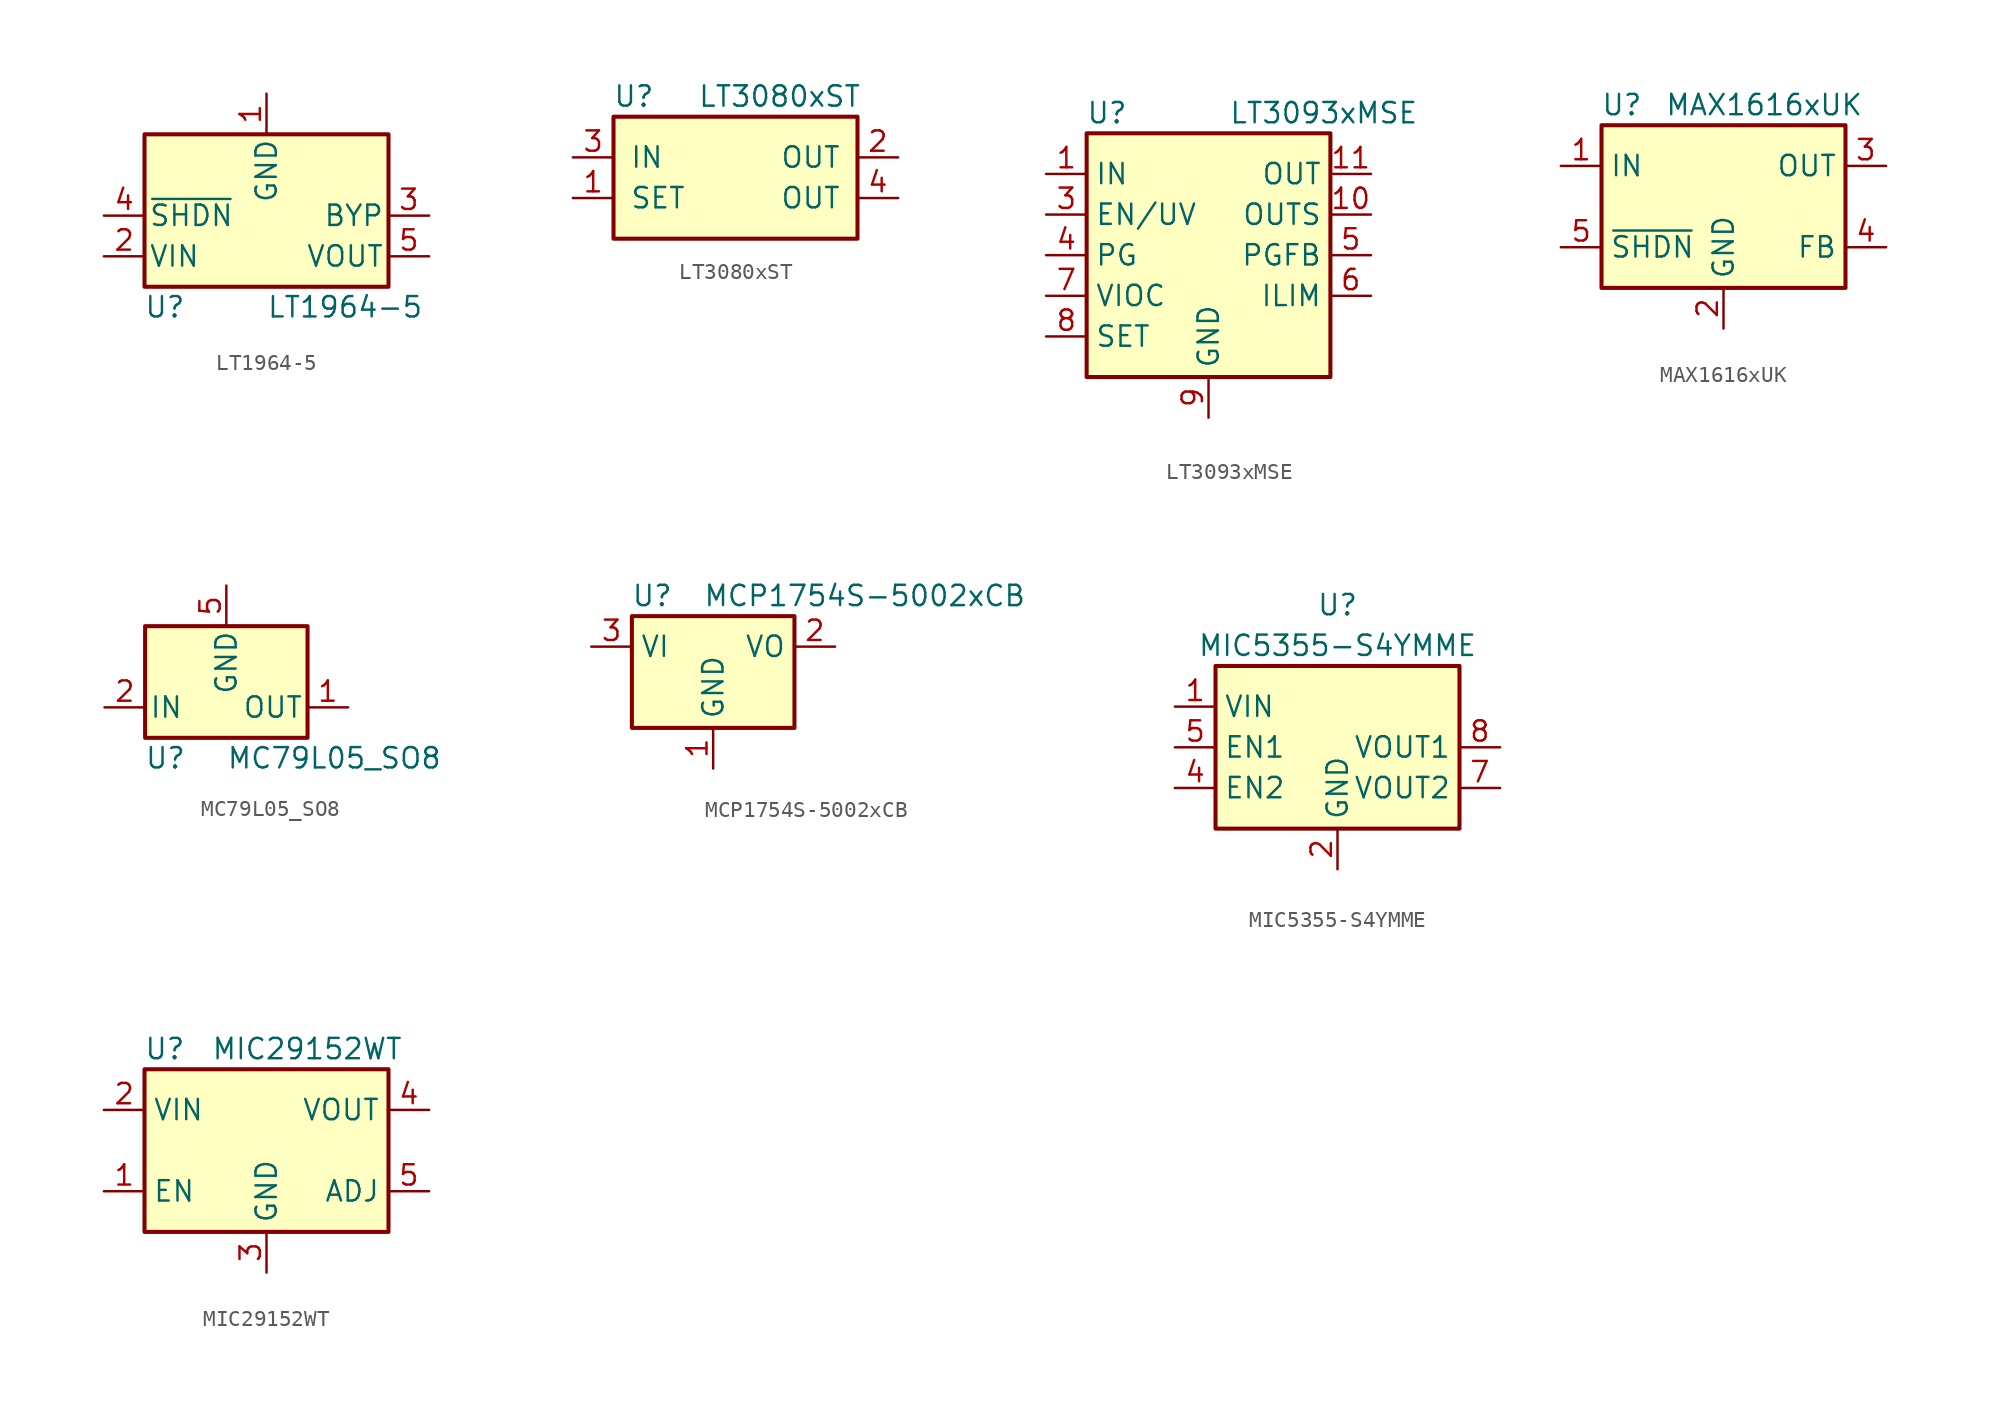
<source format=kicad_sym>
(kicad_symbol_lib
  (version 20220914)
  (generator kicad_symbol_editor)
  (symbol "LT1964-5"
    (pin_names
      (offset 0.254))
    (property "Reference" "U"
      (at -6.35 -5.715 0)
      (effects (font (size 1.27 1.27))))
    (property "Value" "LT1964-5"
      (at 0 -5.715 0)
      (effects (font (size 1.27 1.27)) (justify left)))
    (symbol "LT1964-5_0_1"
      (rectangle (start -7.62 5.08) (end 7.62 -4.445) (stroke (width 0.254) (type solid)) (fill (type background))))
    (symbol "LT1964-5_1_1"
      (pin power_in line (at 0 7.62 270) (length 2.54) (name "GND" (effects (font (size 1.27 1.27)))) (number "1" (effects (font (size 1.27 1.27)))))
      (pin power_in line (at -10.16 -2.54 0) (length 2.54) (name "VIN" (effects (font (size 1.27 1.27)))) (number "2" (effects (font (size 1.27 1.27)))))
      (pin passive line (at 10.16 0 180) (length 2.54) (name "BYP" (effects (font (size 1.27 1.27)))) (number "3" (effects (font (size 1.27 1.27)))))
      (pin input line (at -10.16 0 0) (length 2.54) (name "~{SHDN}" (effects (font (size 1.27 1.27)))) (number "4" (effects (font (size 1.27 1.27)))))
      (pin power_out line (at 10.16 -2.54 180) (length 2.54) (name "VOUT" (effects (font (size 1.27 1.27)))) (number "5" (effects (font (size 1.27 1.27)))))))
  (symbol "LT3080xST"
    (pin_names
      (offset 1.016))
    (property "Reference" "U"
      (at -6.35 3.81 0)
      (effects (font (size 1.27 1.27))))
    (property "Value" "LT3080xST"
      (at 7.874 3.81 0)
      (effects (font (size 1.27 1.27)) (justify right)))
    (symbol "LT3080xST_0_1"
      (rectangle (start -7.62 2.54) (end 7.62 -5.08) (stroke (width 0.254) (type solid)) (fill (type background))))
    (symbol "LT3080xST_1_1"
      (pin input line (at -10.16 -2.54 0) (length 2.54) (name "SET" (effects (font (size 1.27 1.27)))) (number "1" (effects (font (size 1.27 1.27)))))
      (pin power_out line (at 10.16 0 180) (length 2.54) (name "OUT" (effects (font (size 1.27 1.27)))) (number "2" (effects (font (size 1.27 1.27)))))
      (pin power_in line (at -10.16 0 0) (length 2.54) (name "IN" (effects (font (size 1.27 1.27)))) (number "3" (effects (font (size 1.27 1.27)))))
      (pin power_out line (at 10.16 -2.54 180) (length 2.54) (name "OUT" (effects (font (size 1.27 1.27)))) (number "4" (effects (font (size 1.27 1.27)))))))
  (symbol "LT3093xMSE"
    (property "Reference" "U"
      (at -6.35 8.89 0)
      (effects (font (size 1.27 1.27))))
    (property "Value" "LT3093xMSE"
      (at 1.27 8.89 0)
      (effects (font (size 1.27 1.27)) (justify left)))
    (symbol "LT3093xMSE_0_0"
      (pin passive line (at 10.16 5.08 180) (length 2.54) hide (name "OUT" (effects (font (size 1.27 1.27)))) (number "12" (effects (font (size 1.27 1.27)))))
      (pin passive line (at -10.16 5.08 0) (length 2.54) hide (name "IN" (effects (font (size 1.27 1.27)))) (number "13" (effects (font (size 1.27 1.27))))))
    (symbol "LT3093xMSE_0_1"
      (rectangle (start 7.62 7.62) (end -7.62 -7.62) (stroke (width 0.254) (type solid)) (fill (type background))))
    (symbol "LT3093xMSE_1_1"
      (pin power_in line (at -10.16 5.08 0) (length 2.54) (name "IN" (effects (font (size 1.27 1.27)))) (number "1" (effects (font (size 1.27 1.27)))))
      (pin input line (at 10.16 2.54 180) (length 2.54) (name "OUTS" (effects (font (size 1.27 1.27)))) (number "10" (effects (font (size 1.27 1.27)))))
      (pin power_out line (at 10.16 5.08 180) (length 2.54) (name "OUT" (effects (font (size 1.27 1.27)))) (number "11" (effects (font (size 1.27 1.27)))))
      (pin passive line (at -10.16 5.08 0) (length 2.54) hide (name "IN" (effects (font (size 1.27 1.27)))) (number "2" (effects (font (size 1.27 1.27)))))
      (pin input line (at -10.16 2.54 0) (length 2.54) (name "EN/UV" (effects (font (size 1.27 1.27)))) (number "3" (effects (font (size 1.27 1.27)))))
      (pin open_collector line (at -10.16 0 0) (length 2.54) (name "PG" (effects (font (size 1.27 1.27)))) (number "4" (effects (font (size 1.27 1.27)))))
      (pin input line (at 10.16 0 180) (length 2.54) (name "PGFB" (effects (font (size 1.27 1.27)))) (number "5" (effects (font (size 1.27 1.27)))))
      (pin passive line (at 10.16 -2.54 180) (length 2.54) (name "ILIM" (effects (font (size 1.27 1.27)))) (number "6" (effects (font (size 1.27 1.27)))))
      (pin passive line (at -10.16 -2.54 0) (length 2.54) (name "VIOC" (effects (font (size 1.27 1.27)))) (number "7" (effects (font (size 1.27 1.27)))))
      (pin passive line (at -10.16 -5.08 0) (length 2.54) (name "SET" (effects (font (size 1.27 1.27)))) (number "8" (effects (font (size 1.27 1.27)))))
      (pin power_in line (at 0 -10.16 90) (length 2.54) (name "GND" (effects (font (size 1.27 1.27)))) (number "9" (effects (font (size 1.27 1.27)))))))
  (symbol "MAX1616xUK"
    (property "Reference" "U"
      (at -6.35 6.35 0)
      (effects (font (size 1.27 1.27))))
    (property "Value" "MAX1616xUK"
      (at 2.54 6.35 0)
      (effects (font (size 1.27 1.27))))
    (symbol "MAX1616xUK_1_1"
      (rectangle (start -7.62 5.08) (end 7.62 -5.08) (stroke (width 0.254) (type solid)) (fill (type background)))
      (pin power_in line (at -10.16 2.54 0) (length 2.54) (name "IN" (effects (font (size 1.27 1.27)))) (number "1" (effects (font (size 1.27 1.27)))))
      (pin power_in line (at 0 -7.62 90) (length 2.54) (name "GND" (effects (font (size 1.27 1.27)))) (number "2" (effects (font (size 1.27 1.27)))))
      (pin power_out line (at 10.16 2.54 180) (length 2.54) (name "OUT" (effects (font (size 1.27 1.27)))) (number "3" (effects (font (size 1.27 1.27)))))
      (pin input line (at 10.16 -2.54 180) (length 2.54) (name "FB" (effects (font (size 1.27 1.27)))) (number "4" (effects (font (size 1.27 1.27)))))
      (pin input line (at -10.16 -2.54 0) (length 2.54) (name "~{SHDN}" (effects (font (size 1.27 1.27)))) (number "5" (effects (font (size 1.27 1.27)))))))
  (symbol "MC79L05_SO8"
    (pin_names
      (offset 0.254))
    (property "Reference" "U"
      (at -3.81 -3.175 0)
      (effects (font (size 1.27 1.27))))
    (property "Value" "MC79L05_SO8"
      (at 0 -3.175 0)
      (effects (font (size 1.27 1.27)) (justify left)))
    (symbol "MC79L05_SO8_0_1"
      (rectangle (start -5.08 5.08) (end 5.08 -1.905) (stroke (width 0.254) (type solid)) (fill (type background))))
    (symbol "MC79L05_SO8_1_1"
      (pin power_out line (at 7.62 0 180) (length 2.54) (name "OUT" (effects (font (size 1.27 1.27)))) (number "1" (effects (font (size 1.27 1.27)))))
      (pin power_in line (at -7.62 0 0) (length 2.54) (name "IN" (effects (font (size 1.27 1.27)))) (number "2" (effects (font (size 1.27 1.27)))))
      (pin passive line (at -7.62 0 0) (length 2.54) hide (name "IN" (effects (font (size 1.27 1.27)))) (number "3" (effects (font (size 1.27 1.27)))))
      (pin no_connect line (at 7.62 2.54 180) (length 2.54) hide (name "NC" (effects (font (size 1.27 1.27)))) (number "4" (effects (font (size 1.27 1.27)))))
      (pin power_in line (at 0 7.62 270) (length 2.54) (name "GND" (effects (font (size 1.27 1.27)))) (number "5" (effects (font (size 1.27 1.27)))))
      (pin passive line (at -7.62 0 0) (length 2.54) hide (name "IN" (effects (font (size 1.27 1.27)))) (number "6" (effects (font (size 1.27 1.27)))))
      (pin passive line (at -7.62 0 0) (length 2.54) hide (name "IN" (effects (font (size 1.27 1.27)))) (number "7" (effects (font (size 1.27 1.27)))))
      (pin no_connect line (at -7.62 2.54 0) (length 2.54) hide (name "NC" (effects (font (size 1.27 1.27)))) (number "8" (effects (font (size 1.27 1.27)))))))
  (symbol "MCP1754S-5002xCB"
    (property "Reference" "U"
      (at -3.81 3.175 0)
      (effects (font (size 1.27 1.27))))
    (property "Value" "MCP1754S-5002xCB"
      (at -0.635 3.175 0)
      (effects (font (size 1.27 1.27)) (justify left)))
    (symbol "MCP1754S-5002xCB_0_1"
      (rectangle (start -5.08 -5.08) (end 5.08 1.905) (stroke (width 0.254) (type solid)) (fill (type background))))
    (symbol "MCP1754S-5002xCB_1_1"
      (pin power_in line (at 0 -7.62 90) (length 2.54) (name "GND" (effects (font (size 1.27 1.27)))) (number "1" (effects (font (size 1.27 1.27)))))
      (pin power_out line (at 7.62 0 180) (length 2.54) (name "VO" (effects (font (size 1.27 1.27)))) (number "2" (effects (font (size 1.27 1.27)))))
      (pin power_in line (at -7.62 0 0) (length 2.54) (name "VI" (effects (font (size 1.27 1.27)))) (number "3" (effects (font (size 1.27 1.27)))))))
  (symbol "MIC5355-S4YMME"
    (property "Reference" "U"
      (at 0 8.89 0)
      (effects (font (size 1.27 1.27))))
    (property "Value" "MIC5355-S4YMME"
      (at 0 6.35 0)
      (effects (font (size 1.27 1.27))))
    (symbol "MIC5355-S4YMME_0_1"
      (rectangle (start -7.62 5.08) (end 7.62 -5.08) (stroke (width 0.254) (type solid)) (fill (type background))))
    (symbol "MIC5355-S4YMME_1_1"
      (pin power_in line (at -10.16 2.54 0) (length 2.54) (name "VIN" (effects (font (size 1.27 1.27)))) (number "1" (effects (font (size 1.27 1.27)))))
      (pin power_in line (at 0 -7.62 90) (length 2.54) (name "GND" (effects (font (size 1.27 1.27)))) (number "2" (effects (font (size 1.27 1.27)))))
      (pin no_connect line (at 0 5.08 270) (length 2.54) hide (name "NC" (effects (font (size 1.27 1.27)))) (number "3" (effects (font (size 1.27 1.27)))))
      (pin input line (at -10.16 -2.54 0) (length 2.54) (name "EN2" (effects (font (size 1.27 1.27)))) (number "4" (effects (font (size 1.27 1.27)))))
      (pin input line (at -10.16 0 0) (length 2.54) (name "EN1" (effects (font (size 1.27 1.27)))) (number "5" (effects (font (size 1.27 1.27)))))
      (pin no_connect line (at 7.62 2.54 180) (length 2.54) hide (name "NC" (effects (font (size 1.27 1.27)))) (number "6" (effects (font (size 1.27 1.27)))))
      (pin power_out line (at 10.16 -2.54 180) (length 2.54) (name "VOUT2" (effects (font (size 1.27 1.27)))) (number "7" (effects (font (size 1.27 1.27)))))
      (pin power_out line (at 10.16 0 180) (length 2.54) (name "VOUT1" (effects (font (size 1.27 1.27)))) (number "8" (effects (font (size 1.27 1.27)))))
      (pin passive line (at 0 -7.62 90) (length 2.54) hide (name "GND" (effects (font (size 1.27 1.27)))) (number "9" (effects (font (size 1.27 1.27)))))))
  (symbol "MIC29152WT"
    (property "Reference" "U"
      (at -6.35 6.35 0)
      (effects (font (size 1.27 1.27))))
    (property "Value" "MIC29152WT"
      (at 2.54 6.35 0)
      (effects (font (size 1.27 1.27))))
    (symbol "MIC29152WT_1_1"
      (rectangle (start -7.62 5.08) (end 7.62 -5.08) (stroke (width 0.254) (type solid)) (fill (type background)))
      (pin input line (at -10.16 -2.54 0) (length 2.54) (name "EN" (effects (font (size 1.27 1.27)))) (number "1" (effects (font (size 1.27 1.27)))))
      (pin power_in line (at -10.16 2.54 0) (length 2.54) (name "VIN" (effects (font (size 1.27 1.27)))) (number "2" (effects (font (size 1.27 1.27)))))
      (pin power_in line (at 0 -7.62 90) (length 2.54) (name "GND" (effects (font (size 1.27 1.27)))) (number "3" (effects (font (size 1.27 1.27)))))
      (pin power_out line (at 10.16 2.54 180) (length 2.54) (name "VOUT" (effects (font (size 1.27 1.27)))) (number "4" (effects (font (size 1.27 1.27)))))
      (pin input line (at 10.16 -2.54 180) (length 2.54) (name "ADJ" (effects (font (size 1.27 1.27)))) (number "5" (effects (font (size 1.27 1.27))))))))
</source>
